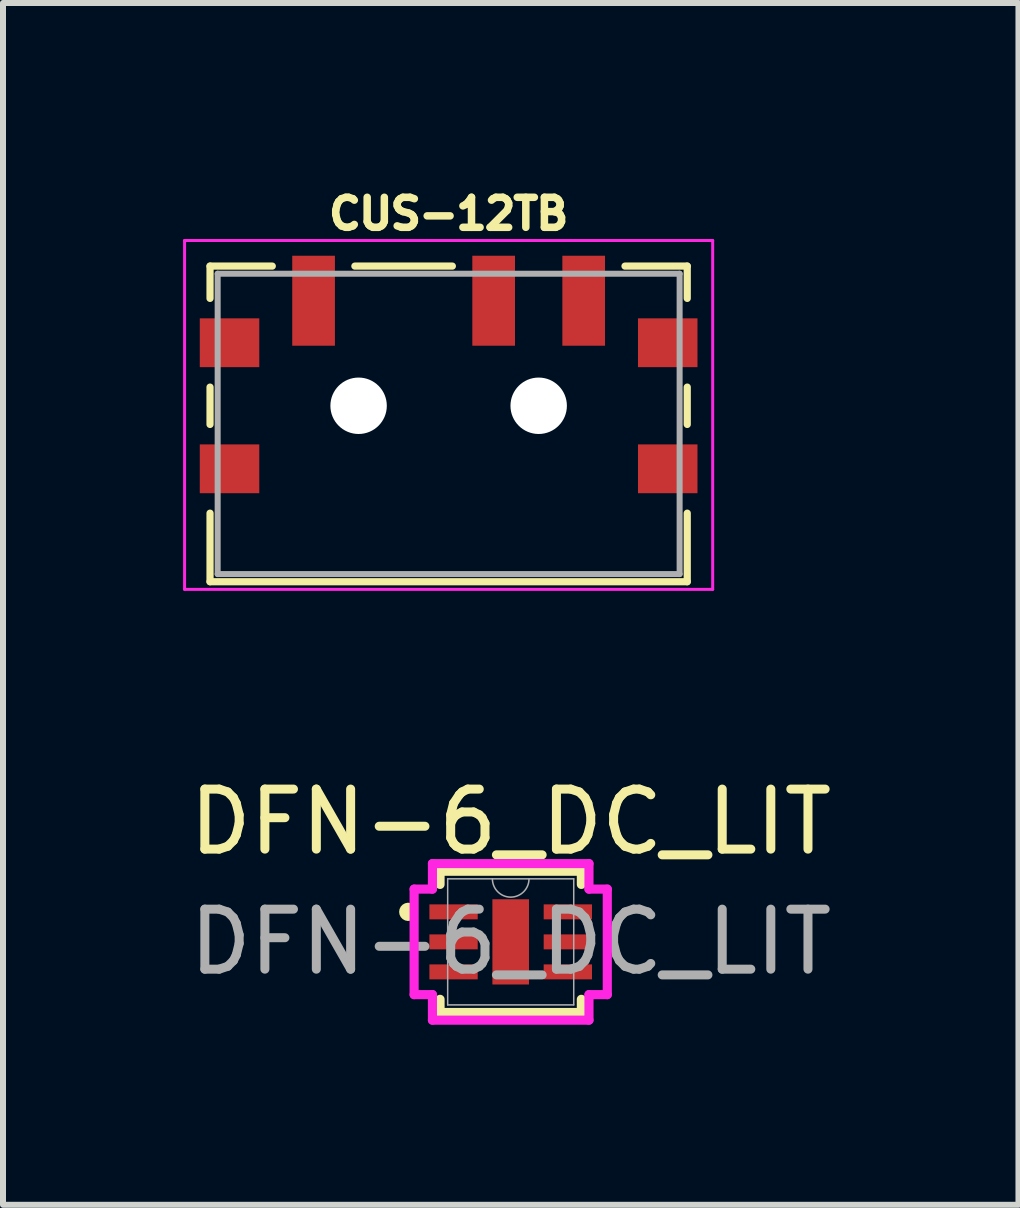
<source format=kicad_pcb>
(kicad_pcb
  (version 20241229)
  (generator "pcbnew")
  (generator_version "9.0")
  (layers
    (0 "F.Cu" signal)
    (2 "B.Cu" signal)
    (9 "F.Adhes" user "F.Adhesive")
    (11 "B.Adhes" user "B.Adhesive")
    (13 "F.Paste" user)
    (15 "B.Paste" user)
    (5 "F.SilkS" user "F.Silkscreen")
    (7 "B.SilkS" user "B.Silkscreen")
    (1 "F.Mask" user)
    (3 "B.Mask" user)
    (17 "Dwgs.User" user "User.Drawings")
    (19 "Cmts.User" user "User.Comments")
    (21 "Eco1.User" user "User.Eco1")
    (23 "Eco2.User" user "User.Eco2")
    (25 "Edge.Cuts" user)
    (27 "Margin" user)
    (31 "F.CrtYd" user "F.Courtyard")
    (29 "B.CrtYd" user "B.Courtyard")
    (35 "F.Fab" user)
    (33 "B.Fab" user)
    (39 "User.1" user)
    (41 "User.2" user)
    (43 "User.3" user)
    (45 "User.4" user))
  (footprint "CUS-12TB"
    (layer "F.Cu")
    (at 4.424 4.012)
    (property "Reference" "CUS-12TB" (at 0 -3.5 0) (layer "F.SilkS") (effects (font (size 0.5 0.5) (thickness 0.125))))
    (attr through_hole)
    (fp_line (start -3.975 -2.629) (end -3.975 -2.091) (stroke (width 0.12) (type solid)) (layer "F.SilkS"))
    (fp_line (start -3.975 -0.613) (end -3.975 0.009) (stroke (width 0.12) (type solid)) (layer "F.SilkS"))
    (fp_line (start -3.975 1.487) (end -3.975 2.629) (stroke (width 0.12) (type solid)) (layer "F.SilkS"))
    (fp_line (start -3.975 2.629) (end 3.975 2.629) (stroke (width 0.12) (type solid)) (layer "F.SilkS"))
    (fp_line (start -2.938 -2.629) (end -3.975 -2.629) (stroke (width 0.12) (type solid)) (layer "F.SilkS"))
    (fp_line (start 0.062 -2.629) (end -1.562 -2.629) (stroke (width 0.12) (type solid)) (layer "F.SilkS"))
    (fp_line (start 3.975 -2.629) (end 2.938 -2.629) (stroke (width 0.12) (type solid)) (layer "F.SilkS"))
    (fp_line (start 3.975 -2.091) (end 3.975 -2.629) (stroke (width 0.12) (type solid)) (layer "F.SilkS"))
    (fp_line (start 3.975 0.009) (end 3.975 -0.613) (stroke (width 0.12) (type solid)) (layer "F.SilkS"))
    (fp_line (start 3.975 2.629) (end 3.975 1.487) (stroke (width 0.12) (type solid)) (layer "F.SilkS"))
    (fp_line (start -4.399 -3.055) (end -4.399 2.756) (stroke (width 0.05) (type solid)) (layer "F.CrtYd"))
    (fp_line (start -4.399 2.756) (end 4.399 2.756) (stroke (width 0.05) (type solid)) (layer "F.CrtYd"))
    (fp_line (start 4.399 -3.055) (end -4.399 -3.055) (stroke (width 0.05) (type solid)) (layer "F.CrtYd"))
    (fp_line (start 4.399 2.756) (end 4.399 -3.055) (stroke (width 0.05) (type solid)) (layer "F.CrtYd"))
    (fp_line (start -3.848 -2.502) (end -3.848 2.502) (stroke (width 0.1) (type solid)) (layer "F.Fab"))
    (fp_line (start -3.848 2.502) (end 3.848 2.502) (stroke (width 0.1) (type solid)) (layer "F.Fab"))
    (fp_line (start 3.848 -2.502) (end -3.848 -2.502) (stroke (width 0.1) (type solid)) (layer "F.Fab"))
    (fp_line (start 3.848 2.502) (end 3.848 -2.502) (stroke (width 0.1) (type solid)) (layer "F.Fab"))
    (pad "" np_thru_hole circle (at -1.5 -0.302) (size 0.94 0.94) (drill 0.94) (layers "*.Cu" "*.Mask"))
    (pad "" np_thru_hole circle (at 1.5 -0.302) (size 0.94 0.94) (drill 0.94) (layers "*.Cu" "*.Mask"))
    (pad "1" smd rect (at -2.25 -2.052) (size 0.711 1.499) (layers "F.Cu" "F.Mask" "F.Paste"))
    (pad "2" smd rect (at 0.75 -2.052) (size 0.711 1.499) (layers "F.Cu" "F.Mask" "F.Paste"))
    (pad "3" smd rect (at 2.25 -2.052) (size 0.711 1.499) (layers "F.Cu" "F.Mask" "F.Paste"))
    (pad "6" smd rect (at -3.65 -1.352) (size 0.991 0.813) (layers "F.Cu" "F.Mask" "F.Paste"))
    (pad "7" smd rect (at 3.65 -1.352) (size 0.991 0.813) (layers "F.Cu" "F.Mask" "F.Paste"))
    (pad "8" smd rect (at -3.65 0.748) (size 0.991 0.813) (layers "F.Cu" "F.Mask" "F.Paste"))
    (pad "9" smd rect (at 3.65 0.748) (size 0.991 0.813) (layers "F.Cu" "F.Mask" "F.Paste")))
  (footprint "DFN-6_DC_LIT"
    (layer "F.Cu")
    (at 5.458 12.641)
    (property "Reference" "DFN-6_DC_LIT" (at 0 -2 0) (unlocked yes) (layer "F.SilkS") (effects (font (size 1 1) (thickness 0.15))))
    (attr smd)
    (fp_line (start -1.177 -1.177) (end -1.177 -0.957) (stroke (width 0.152) (type solid)) (layer "F.SilkS"))
    (fp_line (start -1.177 0.957) (end -1.177 1.177) (stroke (width 0.152) (type solid)) (layer "F.SilkS"))
    (fp_line (start -1.177 1.177) (end 1.177 1.177) (stroke (width 0.152) (type solid)) (layer "F.SilkS"))
    (fp_line (start 1.177 -1.177) (end -1.177 -1.177) (stroke (width 0.152) (type solid)) (layer "F.SilkS"))
    (fp_line (start 1.177 -0.957) (end 1.177 -1.177) (stroke (width 0.152) (type solid)) (layer "F.SilkS"))
    (fp_line (start 1.177 1.177) (end 1.177 0.957) (stroke (width 0.152) (type solid)) (layer "F.SilkS"))
    (fp_arc (start -1.687541 -0.426171) (mid -1.7826 -0.5) (end -1.687541 -0.573829) (stroke (width 0.1524) (type solid)) (layer "F.SilkS"))
    (fp_line (start -1.609 -0.879) (end -1.304 -0.879) (stroke (width 0.152) (type solid)) (layer "F.CrtYd"))
    (fp_line (start -1.609 0.879) (end -1.609 -0.879) (stroke (width 0.152) (type solid)) (layer "F.CrtYd"))
    (fp_line (start -1.609 0.879) (end -1.304 0.879) (stroke (width 0.152) (type solid)) (layer "F.CrtYd"))
    (fp_line (start -1.304 -1.304) (end 1.304 -1.304) (stroke (width 0.152) (type solid)) (layer "F.CrtYd"))
    (fp_line (start -1.304 -0.879) (end -1.304 -1.304) (stroke (width 0.152) (type solid)) (layer "F.CrtYd"))
    (fp_line (start -1.304 1.304) (end -1.304 0.879) (stroke (width 0.152) (type solid)) (layer "F.CrtYd"))
    (fp_line (start 1.304 -1.304) (end 1.304 -0.879) (stroke (width 0.152) (type solid)) (layer "F.CrtYd"))
    (fp_line (start 1.304 0.879) (end 1.304 1.304) (stroke (width 0.152) (type solid)) (layer "F.CrtYd"))
    (fp_line (start 1.304 1.304) (end -1.304 1.304) (stroke (width 0.152) (type solid)) (layer "F.CrtYd"))
    (fp_line (start 1.609 -0.879) (end 1.304 -0.879) (stroke (width 0.152) (type solid)) (layer "F.CrtYd"))
    (fp_line (start 1.609 -0.879) (end 1.609 0.879) (stroke (width 0.152) (type solid)) (layer "F.CrtYd"))
    (fp_line (start 1.609 0.879) (end 1.304 0.879) (stroke (width 0.152) (type solid)) (layer "F.CrtYd"))
    (fp_line (start -1.05 -1.05) (end -1.05 1.05) (stroke (width 0.025) (type solid)) (layer "F.Fab"))
    (fp_line (start -1.05 1.05) (end 1.05 1.05) (stroke (width 0.025) (type solid)) (layer "F.Fab"))
    (fp_line (start 1.05 -1.05) (end -1.05 -1.05) (stroke (width 0.025) (type solid)) (layer "F.Fab"))
    (fp_line (start 1.05 1.05) (end 1.05 -1.05) (stroke (width 0.025) (type solid)) (layer "F.Fab"))
    (fp_arc (start 0.3048 -1.05) (mid 0 -0.7452) (end -0.3048 -1.05) (stroke (width 0.0254) (type solid)) (layer "F.Fab"))
    (fp_text user "${REFERENCE}" (at 0 0 0) (unlocked yes) (layer "F.Fab") (effects (font (size 1 1) (thickness 0.15))))
    (pad "1" smd rect (at -0.952 -0.5) (size 0.805 0.249) (layers "F.Cu" "F.Mask" "F.Paste"))
    (pad "2" smd rect (at -0.952 0) (size 0.805 0.249) (layers "F.Cu" "F.Mask" "F.Paste"))
    (pad "3" smd rect (at -0.952 0.5) (size 0.805 0.249) (layers "F.Cu" "F.Mask" "F.Paste"))
    (pad "4" smd rect (at 0.952 0.5) (size 0.805 0.249) (layers "F.Cu" "F.Mask" "F.Paste"))
    (pad "5" smd rect (at 0.952 0) (size 0.805 0.249) (layers "F.Cu" "F.Mask" "F.Paste"))
    (pad "6" smd rect (at 0.952 -0.5) (size 0.805 0.249) (layers "F.Cu" "F.Mask" "F.Paste"))
    (pad "7" smd rect (at 0 0) (size 0.61 1.42) (layers "F.Cu" "F.Mask" "F.Paste")))
  (gr_rect
    (start -3 -3)
    (end 13.917 17.021)
    (stroke (width 0.1) (type default))
    (fill no)
    (layer "Edge.Cuts")))
</source>
